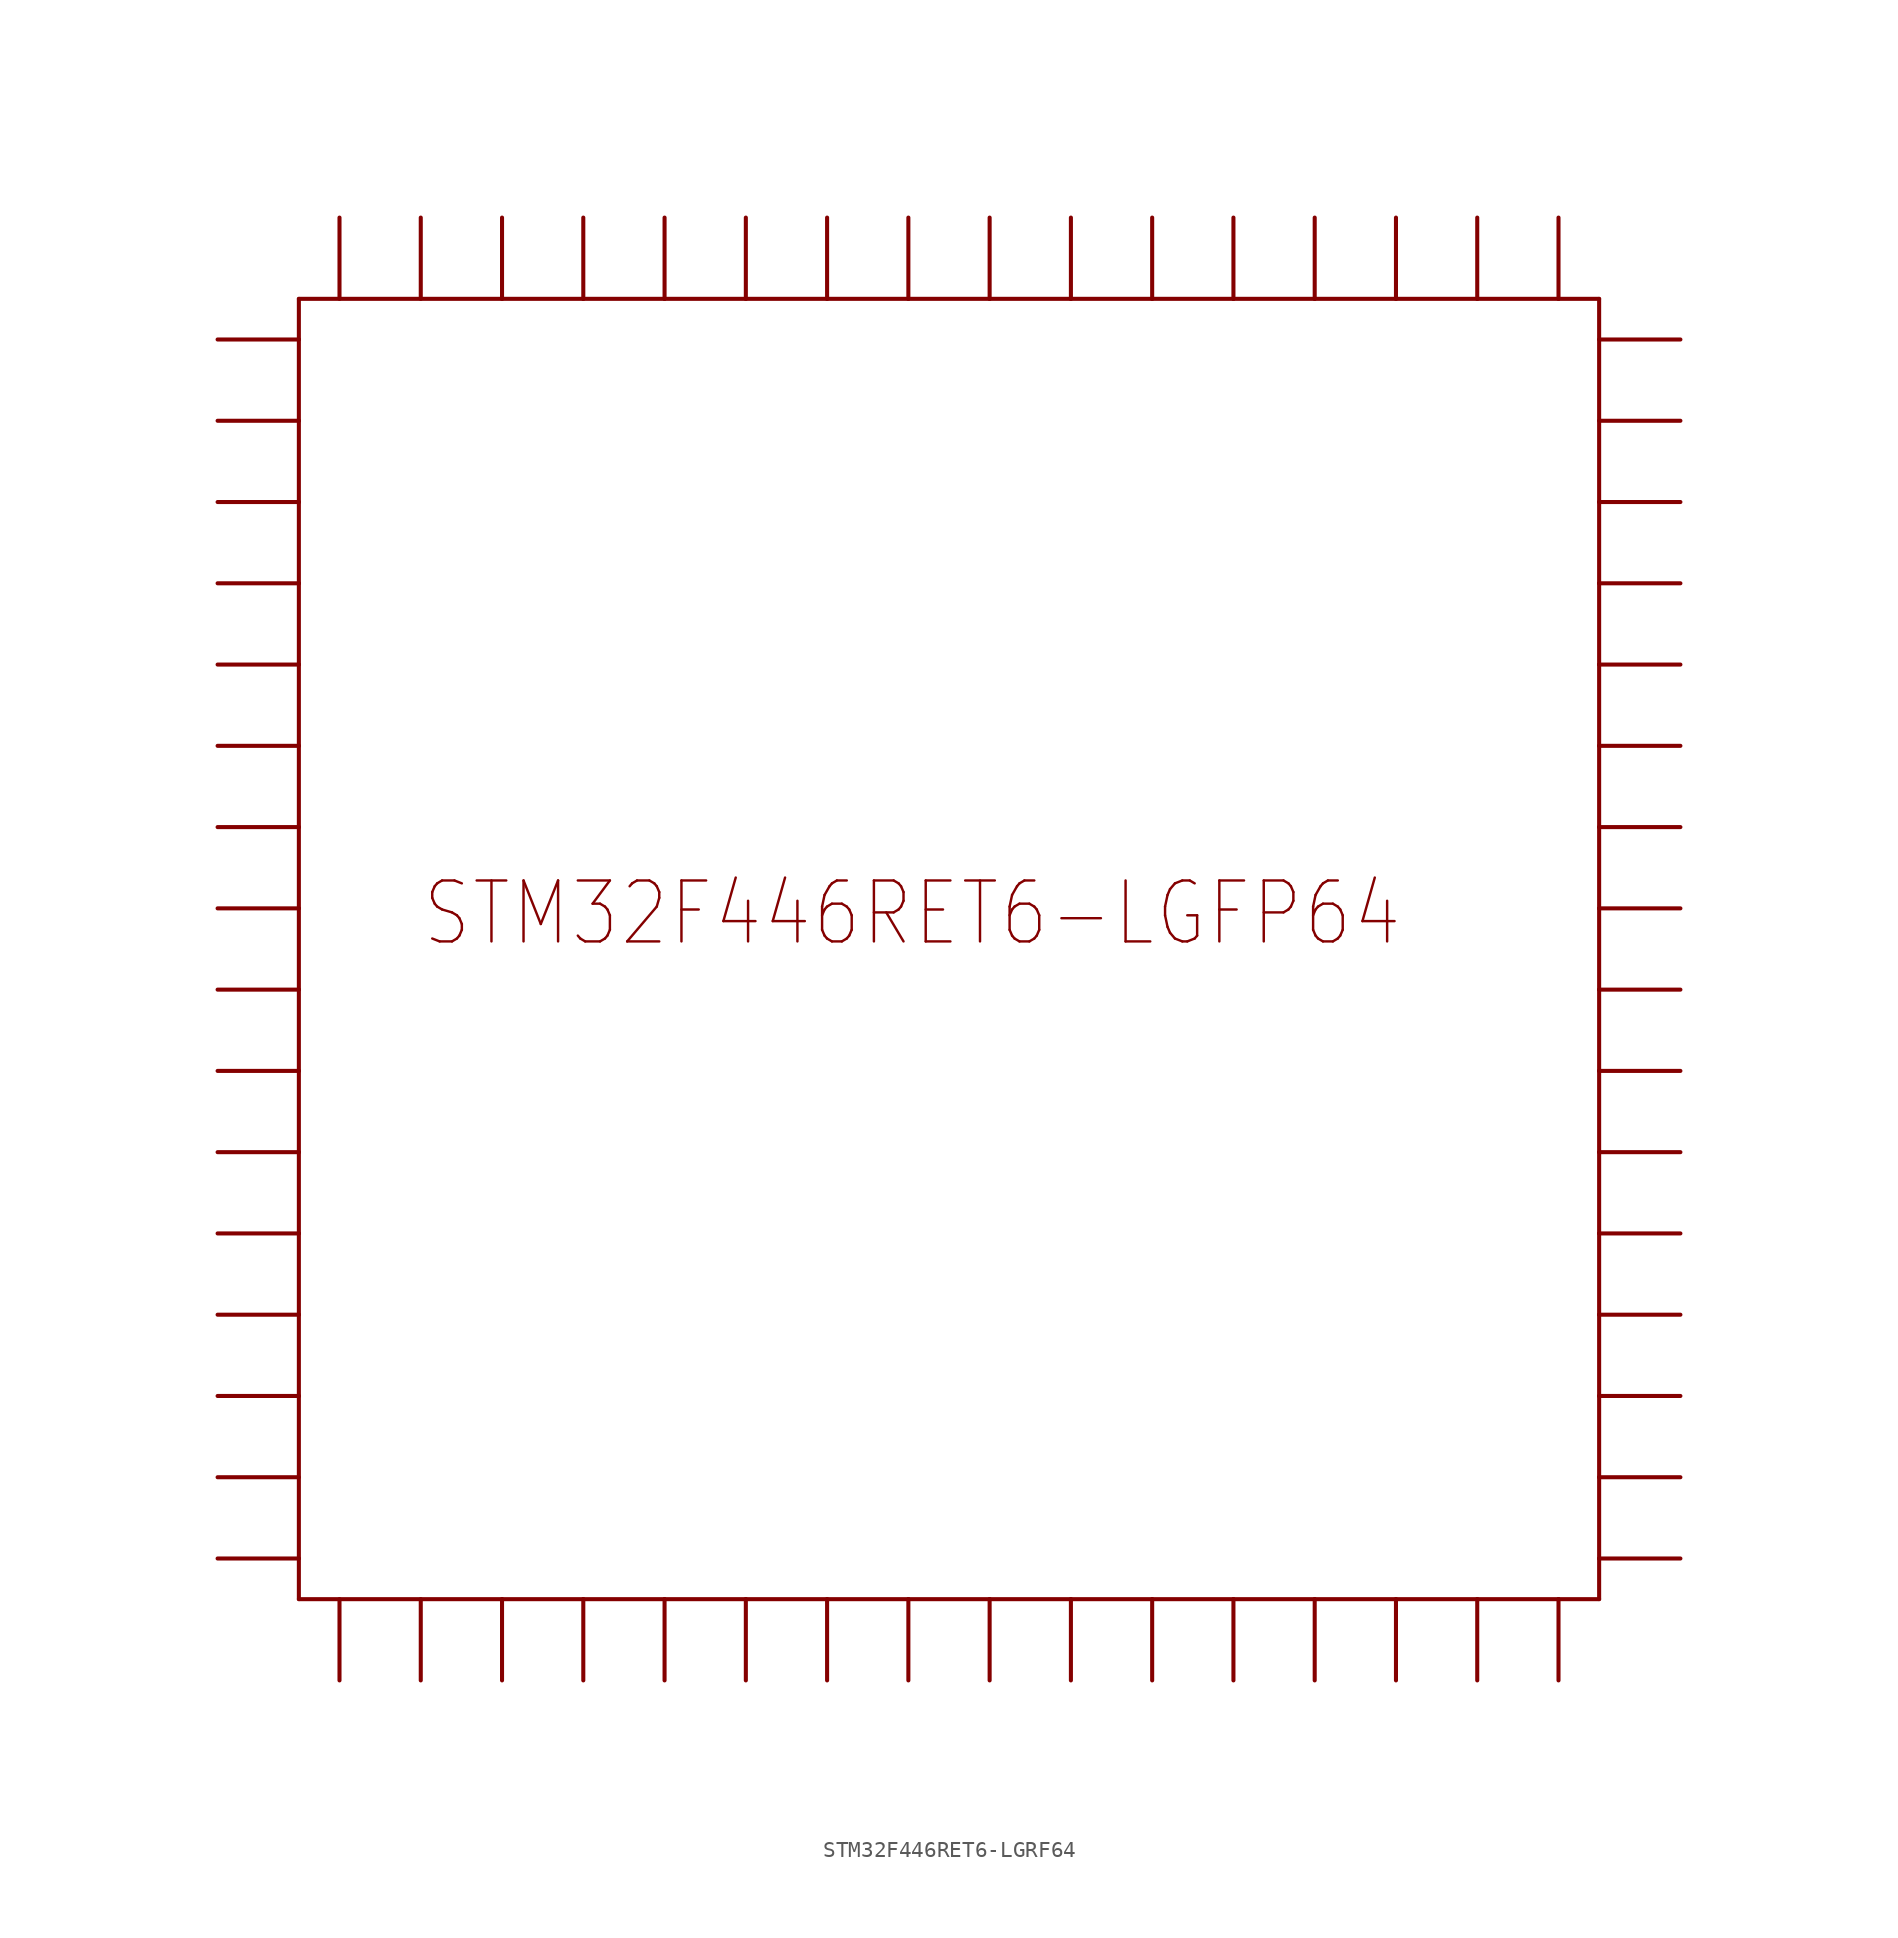
<source format=kicad_sym>
(kicad_symbol_lib
  (version 20220914)
  (generator kicad_symbol_editor)
  (symbol "STM32F446RET6-LGRF64"
    (property "Reference" ""
      (at 0 0 0)
      (effects (font (size 1.27 1.27)) hide))
    (property "ki_locked" ""
      (at 0 0 0)
      (effects (font (size 1.27 1.27))))
    (symbol "STM32F446RET6-LGRF64_1_0"
      (polyline (pts (xy -40.64 -40.64) (xy -40.64 -38.1)) (stroke (width 0.254) (type solid)) (fill (type none)))
      (polyline (pts (xy -40.64 -38.1) (xy -45.72 -38.1)) (stroke (width 0.254) (type solid)) (fill (type none)))
      (polyline (pts (xy -40.64 -33.02) (xy -45.72 -33.02)) (stroke (width 0.254) (type solid)) (fill (type none)))
      (polyline (pts (xy -40.64 -27.94) (xy -45.72 -27.94)) (stroke (width 0.254) (type solid)) (fill (type none)))
      (polyline (pts (xy -40.64 -27.94) (xy -40.64 -38.1)) (stroke (width 0.254) (type solid)) (fill (type none)))
      (polyline (pts (xy -40.64 -22.86) (xy -45.72 -22.86)) (stroke (width 0.254) (type solid)) (fill (type none)))
      (polyline (pts (xy -40.64 -22.86) (xy -40.64 -27.94)) (stroke (width 0.254) (type solid)) (fill (type none)))
      (polyline (pts (xy -40.64 -17.78) (xy -45.72 -17.78)) (stroke (width 0.254) (type solid)) (fill (type none)))
      (polyline (pts (xy -40.64 -17.78) (xy -40.64 -22.86)) (stroke (width 0.254) (type solid)) (fill (type none)))
      (polyline (pts (xy -40.64 -12.7) (xy -45.72 -12.7)) (stroke (width 0.254) (type solid)) (fill (type none)))
      (polyline (pts (xy -40.64 -12.7) (xy -40.64 -17.78)) (stroke (width 0.254) (type solid)) (fill (type none)))
      (polyline (pts (xy -40.64 -7.62) (xy -45.72 -7.62)) (stroke (width 0.254) (type solid)) (fill (type none)))
      (polyline (pts (xy -40.64 -7.62) (xy -40.64 -12.7)) (stroke (width 0.254) (type solid)) (fill (type none)))
      (polyline (pts (xy -40.64 -2.54) (xy -45.72 -2.54)) (stroke (width 0.254) (type solid)) (fill (type none)))
      (polyline (pts (xy -40.64 -2.54) (xy -40.64 -7.62)) (stroke (width 0.254) (type solid)) (fill (type none)))
      (polyline (pts (xy -40.64 2.54) (xy -45.72 2.54)) (stroke (width 0.254) (type solid)) (fill (type none)))
      (polyline (pts (xy -40.64 2.54) (xy -40.64 -2.54)) (stroke (width 0.254) (type solid)) (fill (type none)))
      (polyline (pts (xy -40.64 7.62) (xy -45.72 7.62)) (stroke (width 0.254) (type solid)) (fill (type none)))
      (polyline (pts (xy -40.64 7.62) (xy -40.64 2.54)) (stroke (width 0.254) (type solid)) (fill (type none)))
      (polyline (pts (xy -40.64 12.7) (xy -45.72 12.7)) (stroke (width 0.254) (type solid)) (fill (type none)))
      (polyline (pts (xy -40.64 12.7) (xy -40.64 7.62)) (stroke (width 0.254) (type solid)) (fill (type none)))
      (polyline (pts (xy -40.64 17.78) (xy -45.72 17.78)) (stroke (width 0.254) (type solid)) (fill (type none)))
      (polyline (pts (xy -40.64 17.78) (xy -40.64 12.7)) (stroke (width 0.254) (type solid)) (fill (type none)))
      (polyline (pts (xy -40.64 22.86) (xy -45.72 22.86)) (stroke (width 0.254) (type solid)) (fill (type none)))
      (polyline (pts (xy -40.64 22.86) (xy -40.64 17.78)) (stroke (width 0.254) (type solid)) (fill (type none)))
      (polyline (pts (xy -40.64 27.94) (xy -45.72 27.94)) (stroke (width 0.254) (type solid)) (fill (type none)))
      (polyline (pts (xy -40.64 27.94) (xy -40.64 22.86)) (stroke (width 0.254) (type solid)) (fill (type none)))
      (polyline (pts (xy -40.64 33.02) (xy -45.72 33.02)) (stroke (width 0.254) (type solid)) (fill (type none)))
      (polyline (pts (xy -40.64 33.02) (xy -40.64 27.94)) (stroke (width 0.254) (type solid)) (fill (type none)))
      (polyline (pts (xy -40.64 38.1) (xy -45.72 38.1)) (stroke (width 0.254) (type solid)) (fill (type none)))
      (polyline (pts (xy -40.64 38.1) (xy -40.64 33.02)) (stroke (width 0.254) (type solid)) (fill (type none)))
      (polyline (pts (xy -40.64 40.64) (xy -40.64 38.1)) (stroke (width 0.254) (type solid)) (fill (type none)))
      (polyline (pts (xy -38.1 -40.64) (xy -38.1 -45.72)) (stroke (width 0.254) (type solid)) (fill (type none)))
      (polyline (pts (xy -38.1 40.64) (xy -38.1 45.72)) (stroke (width 0.254) (type solid)) (fill (type none)))
      (polyline (pts (xy -33.02 -40.64) (xy -33.02 -45.72)) (stroke (width 0.254) (type solid)) (fill (type none)))
      (polyline (pts (xy -33.02 40.64) (xy -33.02 45.72)) (stroke (width 0.254) (type solid)) (fill (type none)))
      (polyline (pts (xy -27.94 -40.64) (xy -40.64 -40.64)) (stroke (width 0.254) (type solid)) (fill (type none)))
      (polyline (pts (xy -27.94 -40.64) (xy -27.94 -45.72)) (stroke (width 0.254) (type solid)) (fill (type none)))
      (polyline (pts (xy -27.94 40.64) (xy -40.64 40.64)) (stroke (width 0.254) (type solid)) (fill (type none)))
      (polyline (pts (xy -27.94 40.64) (xy -27.94 45.72)) (stroke (width 0.254) (type solid)) (fill (type none)))
      (polyline (pts (xy -22.86 -40.64) (xy -27.94 -40.64)) (stroke (width 0.254) (type solid)) (fill (type none)))
      (polyline (pts (xy -22.86 -40.64) (xy -22.86 -45.72)) (stroke (width 0.254) (type solid)) (fill (type none)))
      (polyline (pts (xy -22.86 40.64) (xy -27.94 40.64)) (stroke (width 0.254) (type solid)) (fill (type none)))
      (polyline (pts (xy -22.86 40.64) (xy -22.86 45.72)) (stroke (width 0.254) (type solid)) (fill (type none)))
      (polyline (pts (xy -17.78 -40.64) (xy -22.86 -40.64)) (stroke (width 0.254) (type solid)) (fill (type none)))
      (polyline (pts (xy -17.78 -40.64) (xy -17.78 -45.72)) (stroke (width 0.254) (type solid)) (fill (type none)))
      (polyline (pts (xy -17.78 40.64) (xy -22.86 40.64)) (stroke (width 0.254) (type solid)) (fill (type none)))
      (polyline (pts (xy -17.78 40.64) (xy -17.78 45.72)) (stroke (width 0.254) (type solid)) (fill (type none)))
      (polyline (pts (xy -12.7 -40.64) (xy -17.78 -40.64)) (stroke (width 0.254) (type solid)) (fill (type none)))
      (polyline (pts (xy -12.7 -40.64) (xy -12.7 -45.72)) (stroke (width 0.254) (type solid)) (fill (type none)))
      (polyline (pts (xy -12.7 40.64) (xy -17.78 40.64)) (stroke (width 0.254) (type solid)) (fill (type none)))
      (polyline (pts (xy -12.7 40.64) (xy -12.7 45.72)) (stroke (width 0.254) (type solid)) (fill (type none)))
      (polyline (pts (xy -7.62 -40.64) (xy -12.7 -40.64)) (stroke (width 0.254) (type solid)) (fill (type none)))
      (polyline (pts (xy -7.62 -40.64) (xy -7.62 -45.72)) (stroke (width 0.254) (type solid)) (fill (type none)))
      (polyline (pts (xy -7.62 40.64) (xy -12.7 40.64)) (stroke (width 0.254) (type solid)) (fill (type none)))
      (polyline (pts (xy -7.62 40.64) (xy -7.62 45.72)) (stroke (width 0.254) (type solid)) (fill (type none)))
      (polyline (pts (xy -2.54 -40.64) (xy -7.62 -40.64)) (stroke (width 0.254) (type solid)) (fill (type none)))
      (polyline (pts (xy -2.54 -40.64) (xy -2.54 -45.72)) (stroke (width 0.254) (type solid)) (fill (type none)))
      (polyline (pts (xy -2.54 40.64) (xy -7.62 40.64)) (stroke (width 0.254) (type solid)) (fill (type none)))
      (polyline (pts (xy -2.54 40.64) (xy -2.54 45.72)) (stroke (width 0.254) (type solid)) (fill (type none)))
      (polyline (pts (xy 2.54 -40.64) (xy -2.54 -40.64)) (stroke (width 0.254) (type solid)) (fill (type none)))
      (polyline (pts (xy 2.54 -40.64) (xy 2.54 -45.72)) (stroke (width 0.254) (type solid)) (fill (type none)))
      (polyline (pts (xy 2.54 40.64) (xy -2.54 40.64)) (stroke (width 0.254) (type solid)) (fill (type none)))
      (polyline (pts (xy 2.54 40.64) (xy 2.54 45.72)) (stroke (width 0.254) (type solid)) (fill (type none)))
      (polyline (pts (xy 7.62 -40.64) (xy 2.54 -40.64)) (stroke (width 0.254) (type solid)) (fill (type none)))
      (polyline (pts (xy 7.62 -40.64) (xy 7.62 -45.72)) (stroke (width 0.254) (type solid)) (fill (type none)))
      (polyline (pts (xy 7.62 40.64) (xy 2.54 40.64)) (stroke (width 0.254) (type solid)) (fill (type none)))
      (polyline (pts (xy 7.62 40.64) (xy 7.62 45.72)) (stroke (width 0.254) (type solid)) (fill (type none)))
      (polyline (pts (xy 12.7 -40.64) (xy 7.62 -40.64)) (stroke (width 0.254) (type solid)) (fill (type none)))
      (polyline (pts (xy 12.7 -40.64) (xy 12.7 -45.72)) (stroke (width 0.254) (type solid)) (fill (type none)))
      (polyline (pts (xy 12.7 40.64) (xy 7.62 40.64)) (stroke (width 0.254) (type solid)) (fill (type none)))
      (polyline (pts (xy 12.7 40.64) (xy 12.7 45.72)) (stroke (width 0.254) (type solid)) (fill (type none)))
      (polyline (pts (xy 17.78 -40.64) (xy 12.7 -40.64)) (stroke (width 0.254) (type solid)) (fill (type none)))
      (polyline (pts (xy 17.78 -40.64) (xy 17.78 -45.72)) (stroke (width 0.254) (type solid)) (fill (type none)))
      (polyline (pts (xy 17.78 40.64) (xy 12.7 40.64)) (stroke (width 0.254) (type solid)) (fill (type none)))
      (polyline (pts (xy 17.78 40.64) (xy 17.78 45.72)) (stroke (width 0.254) (type solid)) (fill (type none)))
      (polyline (pts (xy 22.86 -40.64) (xy 17.78 -40.64)) (stroke (width 0.254) (type solid)) (fill (type none)))
      (polyline (pts (xy 22.86 -40.64) (xy 22.86 -45.72)) (stroke (width 0.254) (type solid)) (fill (type none)))
      (polyline (pts (xy 22.86 40.64) (xy 17.78 40.64)) (stroke (width 0.254) (type solid)) (fill (type none)))
      (polyline (pts (xy 22.86 40.64) (xy 22.86 45.72)) (stroke (width 0.254) (type solid)) (fill (type none)))
      (polyline (pts (xy 27.94 -40.64) (xy 22.86 -40.64)) (stroke (width 0.254) (type solid)) (fill (type none)))
      (polyline (pts (xy 27.94 -40.64) (xy 27.94 -45.72)) (stroke (width 0.254) (type solid)) (fill (type none)))
      (polyline (pts (xy 27.94 40.64) (xy 22.86 40.64)) (stroke (width 0.254) (type solid)) (fill (type none)))
      (polyline (pts (xy 27.94 40.64) (xy 27.94 45.72)) (stroke (width 0.254) (type solid)) (fill (type none)))
      (polyline (pts (xy 33.02 -40.64) (xy 27.94 -40.64)) (stroke (width 0.254) (type solid)) (fill (type none)))
      (polyline (pts (xy 33.02 -40.64) (xy 33.02 -45.72)) (stroke (width 0.254) (type solid)) (fill (type none)))
      (polyline (pts (xy 33.02 40.64) (xy 27.94 40.64)) (stroke (width 0.254) (type solid)) (fill (type none)))
      (polyline (pts (xy 33.02 40.64) (xy 33.02 45.72)) (stroke (width 0.254) (type solid)) (fill (type none)))
      (polyline (pts (xy 38.1 -40.64) (xy 33.02 -40.64)) (stroke (width 0.254) (type solid)) (fill (type none)))
      (polyline (pts (xy 38.1 -40.64) (xy 38.1 -45.72)) (stroke (width 0.254) (type solid)) (fill (type none)))
      (polyline (pts (xy 38.1 40.64) (xy 33.02 40.64)) (stroke (width 0.254) (type solid)) (fill (type none)))
      (polyline (pts (xy 38.1 40.64) (xy 38.1 45.72)) (stroke (width 0.254) (type solid)) (fill (type none)))
      (polyline (pts (xy 40.64 -40.64) (xy 38.1 -40.64)) (stroke (width 0.254) (type solid)) (fill (type none)))
      (polyline (pts (xy 40.64 -40.64) (xy 40.64 -38.1)) (stroke (width 0.254) (type solid)) (fill (type none)))
      (polyline (pts (xy 40.64 -38.1) (xy 40.64 -33.02)) (stroke (width 0.254) (type solid)) (fill (type none)))
      (polyline (pts (xy 40.64 -38.1) (xy 45.72 -38.1)) (stroke (width 0.254) (type solid)) (fill (type none)))
      (polyline (pts (xy 40.64 -33.02) (xy 40.64 -27.94)) (stroke (width 0.254) (type solid)) (fill (type none)))
      (polyline (pts (xy 40.64 -33.02) (xy 45.72 -33.02)) (stroke (width 0.254) (type solid)) (fill (type none)))
      (polyline (pts (xy 40.64 -27.94) (xy 40.64 -22.86)) (stroke (width 0.254) (type solid)) (fill (type none)))
      (polyline (pts (xy 40.64 -27.94) (xy 45.72 -27.94)) (stroke (width 0.254) (type solid)) (fill (type none)))
      (polyline (pts (xy 40.64 -22.86) (xy 40.64 -17.78)) (stroke (width 0.254) (type solid)) (fill (type none)))
      (polyline (pts (xy 40.64 -22.86) (xy 45.72 -22.86)) (stroke (width 0.254) (type solid)) (fill (type none)))
      (polyline (pts (xy 40.64 -17.78) (xy 40.64 -12.7)) (stroke (width 0.254) (type solid)) (fill (type none)))
      (polyline (pts (xy 40.64 -17.78) (xy 45.72 -17.78)) (stroke (width 0.254) (type solid)) (fill (type none)))
      (polyline (pts (xy 40.64 -12.7) (xy 40.64 -7.62)) (stroke (width 0.254) (type solid)) (fill (type none)))
      (polyline (pts (xy 40.64 -12.7) (xy 45.72 -12.7)) (stroke (width 0.254) (type solid)) (fill (type none)))
      (polyline (pts (xy 40.64 -7.62) (xy 40.64 -2.54)) (stroke (width 0.254) (type solid)) (fill (type none)))
      (polyline (pts (xy 40.64 -7.62) (xy 45.72 -7.62)) (stroke (width 0.254) (type solid)) (fill (type none)))
      (polyline (pts (xy 40.64 -2.54) (xy 40.64 2.54)) (stroke (width 0.254) (type solid)) (fill (type none)))
      (polyline (pts (xy 40.64 -2.54) (xy 45.72 -2.54)) (stroke (width 0.254) (type solid)) (fill (type none)))
      (polyline (pts (xy 40.64 2.54) (xy 40.64 7.62)) (stroke (width 0.254) (type solid)) (fill (type none)))
      (polyline (pts (xy 40.64 2.54) (xy 45.72 2.54)) (stroke (width 0.254) (type solid)) (fill (type none)))
      (polyline (pts (xy 40.64 7.62) (xy 40.64 12.7)) (stroke (width 0.254) (type solid)) (fill (type none)))
      (polyline (pts (xy 40.64 7.62) (xy 45.72 7.62)) (stroke (width 0.254) (type solid)) (fill (type none)))
      (polyline (pts (xy 40.64 12.7) (xy 40.64 17.78)) (stroke (width 0.254) (type solid)) (fill (type none)))
      (polyline (pts (xy 40.64 12.7) (xy 45.72 12.7)) (stroke (width 0.254) (type solid)) (fill (type none)))
      (polyline (pts (xy 40.64 17.78) (xy 40.64 22.86)) (stroke (width 0.254) (type solid)) (fill (type none)))
      (polyline (pts (xy 40.64 17.78) (xy 45.72 17.78)) (stroke (width 0.254) (type solid)) (fill (type none)))
      (polyline (pts (xy 40.64 22.86) (xy 40.64 27.94)) (stroke (width 0.254) (type solid)) (fill (type none)))
      (polyline (pts (xy 40.64 22.86) (xy 45.72 22.86)) (stroke (width 0.254) (type solid)) (fill (type none)))
      (polyline (pts (xy 40.64 27.94) (xy 40.64 40.64)) (stroke (width 0.254) (type solid)) (fill (type none)))
      (polyline (pts (xy 40.64 27.94) (xy 45.72 27.94)) (stroke (width 0.254) (type solid)) (fill (type none)))
      (polyline (pts (xy 40.64 33.02) (xy 45.72 33.02)) (stroke (width 0.254) (type solid)) (fill (type none)))
      (polyline (pts (xy 40.64 38.1) (xy 45.72 38.1)) (stroke (width 0.254) (type solid)) (fill (type none)))
      (polyline (pts (xy 40.64 40.64) (xy 38.1 40.64)) (stroke (width 0.254) (type solid)) (fill (type none)))
      (text "STM32F446RET6-LGFP64" (at -33.02 0 0) (effects (font (size 3.81 3.239)) (justify left bottom)))
      (pin bidirectional line (at -17.78 45.72 270) (length 5.08) (name "BOOT0" (effects (font (size 0 0)))) (number "BOOT0" (effects (font (size 0 0)))))
      (pin bidirectional line (at -45.72 7.62 0) (length 5.08) (name "NRST" (effects (font (size 0 0)))) (number "NRST" (effects (font (size 0 0)))))
      (pin bidirectional line (at -45.72 -27.94 0) (length 5.08) (name "PA0" (effects (font (size 0 0)))) (number "PA0" (effects (font (size 0 0)))))
      (pin bidirectional line (at -45.72 -33.02 0) (length 5.08) (name "PA1" (effects (font (size 0 0)))) (number "PA1" (effects (font (size 0 0)))))
      (pin bidirectional line (at 45.72 12.7 180) (length 5.08) (name "PA10" (effects (font (size 0 0)))) (number "PA10" (effects (font (size 0 0)))))
      (pin bidirectional line (at 45.72 17.78 180) (length 5.08) (name "PA11" (effects (font (size 0 0)))) (number "PA11" (effects (font (size 0 0)))))
      (pin bidirectional line (at 45.72 22.86 180) (length 5.08) (name "PA12" (effects (font (size 0 0)))) (number "PA12" (effects (font (size 0 0)))))
      (pin bidirectional line (at 45.72 27.94 180) (length 5.08) (name "PA13" (effects (font (size 0 0)))) (number "PA13" (effects (font (size 0 0)))))
      (pin bidirectional line (at 38.1 45.72 270) (length 5.08) (name "PA14" (effects (font (size 0 0)))) (number "PA14" (effects (font (size 0 0)))))
      (pin bidirectional line (at 33.02 45.72 270) (length 5.08) (name "PA15" (effects (font (size 0 0)))) (number "PA15" (effects (font (size 0 0)))))
      (pin bidirectional line (at -45.72 -38.1 0) (length 5.08) (name "PA2" (effects (font (size 0 0)))) (number "PA2" (effects (font (size 0 0)))))
      (pin bidirectional line (at -38.1 -45.72 90) (length 5.08) (name "PA3" (effects (font (size 0 0)))) (number "PA3" (effects (font (size 0 0)))))
      (pin bidirectional line (at -22.86 -45.72 90) (length 5.08) (name "PA4" (effects (font (size 0 0)))) (number "PA4" (effects (font (size 0 0)))))
      (pin bidirectional line (at -17.78 -45.72 90) (length 5.08) (name "PA5" (effects (font (size 0 0)))) (number "PA5" (effects (font (size 0 0)))))
      (pin bidirectional line (at -12.7 -45.72 90) (length 5.08) (name "PA6" (effects (font (size 0 0)))) (number "PA6" (effects (font (size 0 0)))))
      (pin bidirectional line (at -7.62 -45.72 90) (length 5.08) (name "PA7" (effects (font (size 0 0)))) (number "PA7" (effects (font (size 0 0)))))
      (pin bidirectional line (at 45.72 2.54 180) (length 5.08) (name "PA8" (effects (font (size 0 0)))) (number "PA8" (effects (font (size 0 0)))))
      (pin bidirectional line (at 45.72 7.62 180) (length 5.08) (name "PA9" (effects (font (size 0 0)))) (number "PA9" (effects (font (size 0 0)))))
      (pin bidirectional line (at 7.62 -45.72 90) (length 5.08) (name "PB0" (effects (font (size 0 0)))) (number "PB0" (effects (font (size 0 0)))))
      (pin bidirectional line (at 12.7 -45.72 90) (length 5.08) (name "PB1" (effects (font (size 0 0)))) (number "PB1" (effects (font (size 0 0)))))
      (pin bidirectional line (at 22.86 -45.72 90) (length 5.08) (name "PB10" (effects (font (size 0 0)))) (number "PB10" (effects (font (size 0 0)))))
      (pin bidirectional line (at 45.72 -38.1 180) (length 5.08) (name "PB12" (effects (font (size 0 0)))) (number "PB12" (effects (font (size 0 0)))))
      (pin bidirectional line (at 45.72 -33.02 180) (length 5.08) (name "PB13" (effects (font (size 0 0)))) (number "PB13" (effects (font (size 0 0)))))
      (pin bidirectional line (at 45.72 -27.94 180) (length 5.08) (name "PB14" (effects (font (size 0 0)))) (number "PB14" (effects (font (size 0 0)))))
      (pin bidirectional line (at 45.72 -22.86 180) (length 5.08) (name "PB15" (effects (font (size 0 0)))) (number "PB15" (effects (font (size 0 0)))))
      (pin bidirectional line (at 17.78 -45.72 90) (length 5.08) (name "PB2" (effects (font (size 0 0)))) (number "PB2" (effects (font (size 0 0)))))
      (pin bidirectional line (at 7.62 45.72 270) (length 5.08) (name "PB3" (effects (font (size 0 0)))) (number "PB3" (effects (font (size 0 0)))))
      (pin bidirectional line (at 2.54 45.72 270) (length 5.08) (name "PB4" (effects (font (size 0 0)))) (number "PB4" (effects (font (size 0 0)))))
      (pin bidirectional line (at -2.54 45.72 270) (length 5.08) (name "PB5" (effects (font (size 0 0)))) (number "PB5" (effects (font (size 0 0)))))
      (pin bidirectional line (at -7.62 45.72 270) (length 5.08) (name "PB6" (effects (font (size 0 0)))) (number "PB6" (effects (font (size 0 0)))))
      (pin bidirectional line (at -12.7 45.72 270) (length 5.08) (name "PB7" (effects (font (size 0 0)))) (number "PB7" (effects (font (size 0 0)))))
      (pin bidirectional line (at -22.86 45.72 270) (length 5.08) (name "PB8" (effects (font (size 0 0)))) (number "PB8" (effects (font (size 0 0)))))
      (pin bidirectional line (at -27.94 45.72 270) (length 5.08) (name "PB9" (effects (font (size 0 0)))) (number "PB9" (effects (font (size 0 0)))))
      (pin bidirectional line (at -45.72 2.54 0) (length 5.08) (name "PC0" (effects (font (size 0 0)))) (number "PC0" (effects (font (size 0 0)))))
      (pin bidirectional line (at -45.72 -2.54 0) (length 5.08) (name "PC1" (effects (font (size 0 0)))) (number "PC1" (effects (font (size 0 0)))))
      (pin bidirectional line (at 27.94 45.72 270) (length 5.08) (name "PC10" (effects (font (size 0 0)))) (number "PC10" (effects (font (size 0 0)))))
      (pin bidirectional line (at 22.86 45.72 270) (length 5.08) (name "PC11" (effects (font (size 0 0)))) (number "PC11" (effects (font (size 0 0)))))
      (pin bidirectional line (at 17.78 45.72 270) (length 5.08) (name "PC12" (effects (font (size 0 0)))) (number "PC12" (effects (font (size 0 0)))))
      (pin bidirectional line (at -45.72 33.02 0) (length 5.08) (name "PC13" (effects (font (size 0 0)))) (number "PC13" (effects (font (size 0 0)))))
      (pin bidirectional line (at -45.72 27.94 0) (length 5.08) (name "PC14-OSC32_IN" (effects (font (size 0 0)))) (number "PC14-OSC32_IN" (effects (font (size 0 0)))))
      (pin bidirectional line (at -45.72 22.86 0) (length 5.08) (name "PC15-OSC32_OUT" (effects (font (size 0 0)))) (number "PC15-OSC32_OUT" (effects (font (size 0 0)))))
      (pin bidirectional line (at -45.72 -7.62 0) (length 5.08) (name "PC2" (effects (font (size 0 0)))) (number "PC2" (effects (font (size 0 0)))))
      (pin bidirectional line (at -45.72 -12.7 0) (length 5.08) (name "PC3" (effects (font (size 0 0)))) (number "PC3" (effects (font (size 0 0)))))
      (pin bidirectional line (at -2.54 -45.72 90) (length 5.08) (name "PC4" (effects (font (size 0 0)))) (number "PC4" (effects (font (size 0 0)))))
      (pin bidirectional line (at 2.54 -45.72 90) (length 5.08) (name "PC5" (effects (font (size 0 0)))) (number "PC5" (effects (font (size 0 0)))))
      (pin bidirectional line (at 45.72 -17.78 180) (length 5.08) (name "PC6" (effects (font (size 0 0)))) (number "PC6" (effects (font (size 0 0)))))
      (pin bidirectional line (at 45.72 -12.7 180) (length 5.08) (name "PC7" (effects (font (size 0 0)))) (number "PC7" (effects (font (size 0 0)))))
      (pin bidirectional line (at 45.72 -7.62 180) (length 5.08) (name "PC8" (effects (font (size 0 0)))) (number "PC8" (effects (font (size 0 0)))))
      (pin bidirectional line (at 45.72 -2.54 180) (length 5.08) (name "PC9" (effects (font (size 0 0)))) (number "PC9" (effects (font (size 0 0)))))
      (pin bidirectional line (at 12.7 45.72 270) (length 5.08) (name "PD2" (effects (font (size 0 0)))) (number "PD2" (effects (font (size 0 0)))))
      (pin bidirectional line (at -45.72 17.78 0) (length 5.08) (name "PH0-OSC_IN" (effects (font (size 0 0)))) (number "PH0-OSC_IN" (effects (font (size 0 0)))))
      (pin bidirectional line (at -45.72 12.7 0) (length 5.08) (name "PH1-OSC_OUT" (effects (font (size 0 0)))) (number "PH1-OSC_OUT" (effects (font (size 0 0)))))
      (pin bidirectional line (at -45.72 38.1 0) (length 5.08) (name "VBAT" (effects (font (size 0 0)))) (number "VBAT" (effects (font (size 0 0)))))
      (pin bidirectional line (at 27.94 -45.72 90) (length 5.08) (name "VCAP_1" (effects (font (size 0 0)))) (number "VCAP_1" (effects (font (size 0 0)))))
      (pin bidirectional line (at -27.94 -45.72 90) (length 5.08) (name "VDD1" (effects (font (size 0 0)))) (number "VDD1" (effects (font (size 0 0)))))
      (pin bidirectional line (at 38.1 -45.72 90) (length 5.08) (name "VDD2" (effects (font (size 0 0)))) (number "VDD2" (effects (font (size 0 0)))))
      (pin bidirectional line (at 45.72 38.1 180) (length 5.08) (name "VDD3" (effects (font (size 0 0)))) (number "VDD3" (effects (font (size 0 0)))))
      (pin bidirectional line (at -38.1 45.72 270) (length 5.08) (name "VDD4" (effects (font (size 0 0)))) (number "VDD4" (effects (font (size 0 0)))))
      (pin bidirectional line (at -45.72 -22.86 0) (length 5.08) (name "VDDA/VREF+" (effects (font (size 0 0)))) (number "VDDA/VREF+" (effects (font (size 0 0)))))
      (pin bidirectional line (at -33.02 -45.72 90) (length 5.08) (name "VSS1" (effects (font (size 0 0)))) (number "VSS1" (effects (font (size 0 0)))))
      (pin bidirectional line (at 33.02 -45.72 90) (length 5.08) (name "VSS2" (effects (font (size 0 0)))) (number "VSS2" (effects (font (size 0 0)))))
      (pin bidirectional line (at 45.72 33.02 180) (length 5.08) (name "VSS3" (effects (font (size 0 0)))) (number "VSS3" (effects (font (size 0 0)))))
      (pin bidirectional line (at -33.02 45.72 270) (length 5.08) (name "VSS4" (effects (font (size 0 0)))) (number "VSS4" (effects (font (size 0 0)))))
      (pin bidirectional line (at -45.72 -17.78 0) (length 5.08) (name "VSSA/VREF-" (effects (font (size 0 0)))) (number "VSSA/VREF-" (effects (font (size 0 0))))))))
</source>
